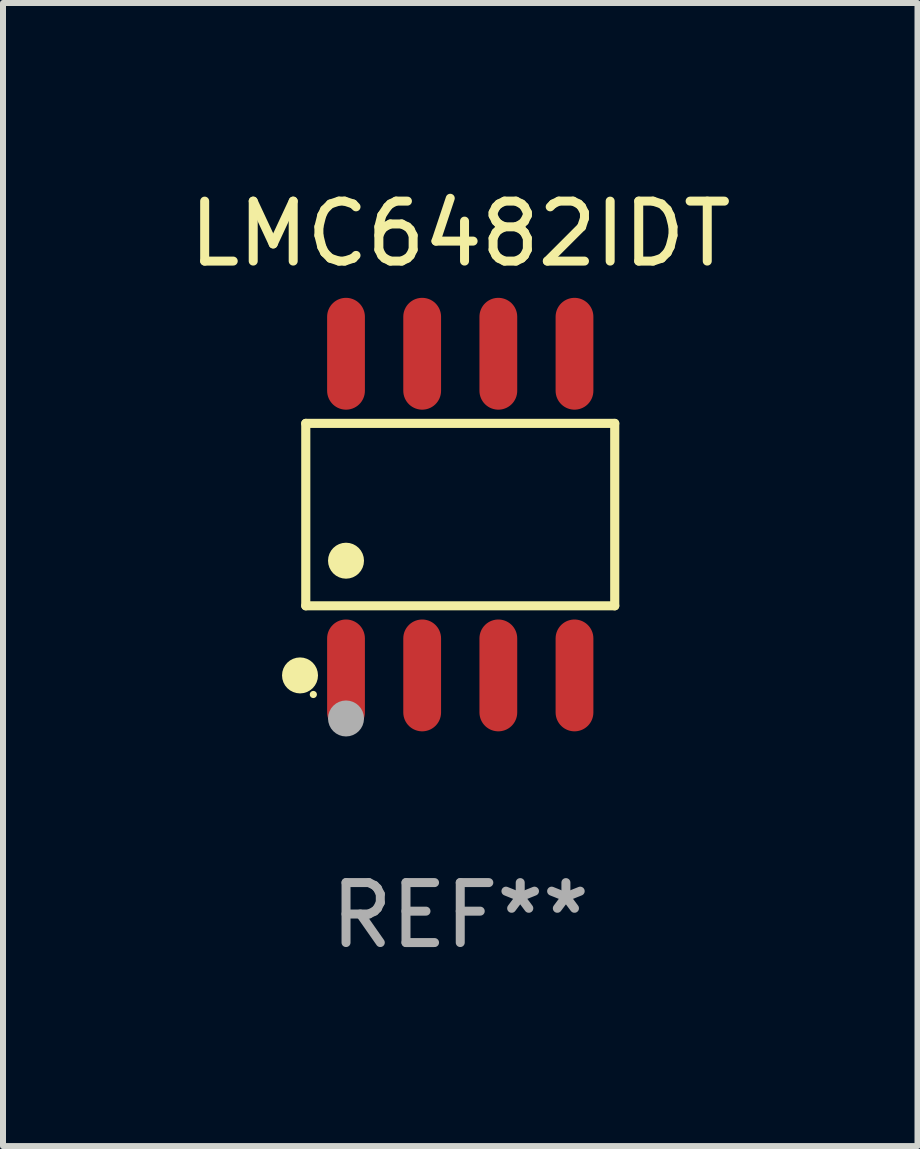
<source format=kicad_pcb>
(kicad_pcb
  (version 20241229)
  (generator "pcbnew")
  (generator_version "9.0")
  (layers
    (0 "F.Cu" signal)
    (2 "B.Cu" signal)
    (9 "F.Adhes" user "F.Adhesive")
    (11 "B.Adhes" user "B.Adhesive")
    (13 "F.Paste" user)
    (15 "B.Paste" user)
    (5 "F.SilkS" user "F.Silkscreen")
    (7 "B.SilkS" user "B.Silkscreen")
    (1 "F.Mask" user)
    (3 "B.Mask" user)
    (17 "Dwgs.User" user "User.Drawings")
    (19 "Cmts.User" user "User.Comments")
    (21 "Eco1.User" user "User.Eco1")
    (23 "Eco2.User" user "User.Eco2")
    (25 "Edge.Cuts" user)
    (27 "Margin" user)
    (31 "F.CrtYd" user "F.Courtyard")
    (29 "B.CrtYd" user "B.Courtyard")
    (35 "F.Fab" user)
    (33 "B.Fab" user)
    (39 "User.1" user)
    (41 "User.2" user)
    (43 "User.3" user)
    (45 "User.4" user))
  (footprint "LMC6482IDT"
    (layer "F.Cu")
    (at 4.625 5.531)
    (property "Reference" "LMC6482IDT" (at 0 -4.682 0) (layer "F.SilkS") (effects (font (size 1 1) (thickness 0.15))))
    (attr through_hole)
    (fp_line (start -2.576 -1.521) (end 2.576 -1.521) (stroke (width 0.152) (type solid)) (layer "F.SilkS"))
    (fp_line (start -2.576 1.521) (end -2.576 -1.521) (stroke (width 0.152) (type solid)) (layer "F.SilkS"))
    (fp_line (start 2.576 -1.521) (end 2.576 1.521) (stroke (width 0.152) (type solid)) (layer "F.SilkS"))
    (fp_line (start 2.576 1.521) (end -2.576 1.521) (stroke (width 0.152) (type solid)) (layer "F.SilkS"))
    (fp_circle (center -2.672 2.682) (end -2.522 2.682) (stroke (width 0.3) (type solid)) (fill no) (layer "F.SilkS"))
    (fp_circle (center -2.45 3) (end -2.42 3) (stroke (width 0.06) (type solid)) (fill no) (layer "F.SilkS"))
    (fp_circle (center -1.905 0.769) (end -1.755 0.769) (stroke (width 0.3) (type solid)) (fill no) (layer "F.SilkS"))
    (fp_circle (center -1.905 3.4) (end -1.755 3.4) (stroke (width 0.3) (type solid)) (fill no) (layer "F.Fab"))
    (fp_text user "REF**" (at 0 6.682 0) (layer "F.Fab") (effects (font (size 1 1) (thickness 0.15))))
    (pad "1" smd oval (at -1.905 2.682) (size 0.63 1.865) (layers "F.Cu" "F.Mask" "F.Paste"))
    (pad "2" smd oval (at -0.635 2.682) (size 0.63 1.865) (layers "F.Cu" "F.Mask" "F.Paste"))
    (pad "3" smd oval (at 0.635 2.682) (size 0.63 1.865) (layers "F.Cu" "F.Mask" "F.Paste"))
    (pad "4" smd oval (at 1.905 2.682) (size 0.63 1.865) (layers "F.Cu" "F.Mask" "F.Paste"))
    (pad "5" smd oval (at 1.905 -2.682) (size 0.63 1.865) (layers "F.Cu" "F.Mask" "F.Paste"))
    (pad "6" smd oval (at 0.635 -2.682) (size 0.63 1.865) (layers "F.Cu" "F.Mask" "F.Paste"))
    (pad "7" smd oval (at -0.635 -2.682) (size 0.63 1.865) (layers "F.Cu" "F.Mask" "F.Paste"))
    (pad "8" smd oval (at -1.905 -2.682) (size 0.63 1.865) (layers "F.Cu" "F.Mask" "F.Paste")))
  (gr_rect
    (start -3 -3)
    (end 12.25 16.061)
    (stroke (width 0.1) (type default))
    (fill no)
    (layer "Edge.Cuts")))
</source>
